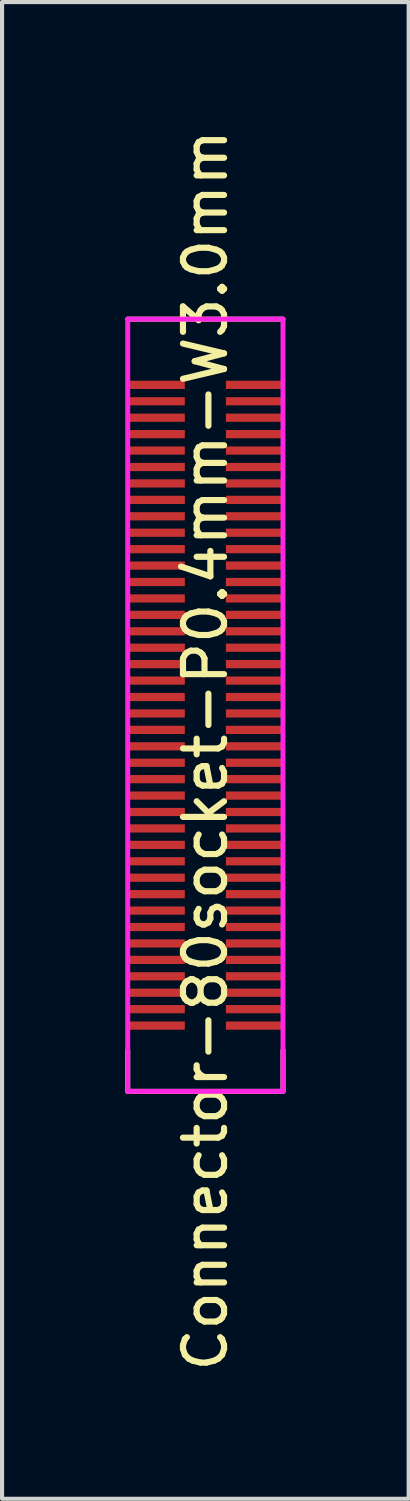
<source format=kicad_pcb>
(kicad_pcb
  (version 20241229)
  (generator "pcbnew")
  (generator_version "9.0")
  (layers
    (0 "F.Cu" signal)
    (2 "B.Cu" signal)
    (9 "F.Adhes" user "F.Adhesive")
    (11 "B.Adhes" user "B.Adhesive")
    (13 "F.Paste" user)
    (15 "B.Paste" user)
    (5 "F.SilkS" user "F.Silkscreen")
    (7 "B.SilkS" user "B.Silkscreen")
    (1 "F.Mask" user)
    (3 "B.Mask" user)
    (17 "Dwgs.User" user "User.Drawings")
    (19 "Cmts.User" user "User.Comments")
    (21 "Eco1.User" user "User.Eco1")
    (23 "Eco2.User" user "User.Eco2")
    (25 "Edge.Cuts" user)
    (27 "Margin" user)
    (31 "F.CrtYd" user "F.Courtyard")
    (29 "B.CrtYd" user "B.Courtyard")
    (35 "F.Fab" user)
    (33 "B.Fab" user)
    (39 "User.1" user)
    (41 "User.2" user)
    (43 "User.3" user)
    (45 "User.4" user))
  (footprint "Connector-80socket-P0.4mm-W3.0mm"
    (layer "F.Cu")
    (at 1.95 14.12)
    (property "Reference" "Connector-80socket-P0.4mm-W3.0mm" (at 0 1.1 270) (layer "F.SilkS") (effects (font (size 1 1) (thickness 0.15))))
    (attr smd)
    (fp_line (start -1.89 -9.4) (end 1.89 -9.4) (stroke (width 0.12) (type solid)) (layer "F.SilkS"))
    (fp_line (start -1.89 9.4) (end -1.89 8.4) (stroke (width 0.12) (type solid)) (layer "F.SilkS"))
    (fp_line (start -1.89 9.4) (end 1.89 9.4) (stroke (width 0.12) (type solid)) (layer "F.SilkS"))
    (fp_line (start 1.89 9.4) (end 1.89 8.4) (stroke (width 0.12) (type solid)) (layer "F.SilkS"))
    (fp_line (start -1.89 -9.4) (end 1.89 -9.4) (stroke (width 0.12) (type solid)) (layer "F.CrtYd"))
    (fp_line (start -1.89 9.4) (end -1.89 -9.4) (stroke (width 0.12) (type solid)) (layer "F.CrtYd"))
    (fp_line (start 1.89 -9.4) (end 1.89 9.4) (stroke (width 0.12) (type solid)) (layer "F.CrtYd"))
    (fp_line (start 1.89 9.4) (end -1.89 9.4) (stroke (width 0.12) (type solid)) (layer "F.CrtYd"))
    (pad "1" smd rect (at -1.195 -7.8 270) (size 0.2 1.39) (layers "F.Cu" "F.Mask" "F.Paste"))
    (pad "2" smd rect (at 1.195 -7.8 270) (size 0.2 1.39) (layers "F.Cu" "F.Mask" "F.Paste"))
    (pad "3" smd rect (at -1.195 -7.4 270) (size 0.2 1.39) (layers "F.Cu" "F.Mask" "F.Paste"))
    (pad "4" smd rect (at 1.195 -7.4 270) (size 0.2 1.39) (layers "F.Cu" "F.Mask" "F.Paste"))
    (pad "5" smd rect (at -1.195 -7 270) (size 0.2 1.39) (layers "F.Cu" "F.Mask" "F.Paste"))
    (pad "6" smd rect (at 1.195 -7 270) (size 0.2 1.39) (layers "F.Cu" "F.Mask" "F.Paste"))
    (pad "7" smd rect (at -1.195 -6.6 270) (size 0.2 1.39) (layers "F.Cu" "F.Mask" "F.Paste"))
    (pad "8" smd rect (at 1.195 -6.6 270) (size 0.2 1.39) (layers "F.Cu" "F.Mask" "F.Paste"))
    (pad "9" smd rect (at -1.195 -6.2 270) (size 0.2 1.39) (layers "F.Cu" "F.Mask" "F.Paste"))
    (pad "10" smd rect (at 1.195 -6.2 270) (size 0.2 1.39) (layers "F.Cu" "F.Mask" "F.Paste"))
    (pad "11" smd rect (at -1.195 -5.8 270) (size 0.2 1.39) (layers "F.Cu" "F.Mask" "F.Paste"))
    (pad "12" smd rect (at 1.195 -5.8 270) (size 0.2 1.39) (layers "F.Cu" "F.Mask" "F.Paste"))
    (pad "13" smd rect (at -1.195 -5.4 270) (size 0.2 1.39) (layers "F.Cu" "F.Mask" "F.Paste"))
    (pad "14" smd rect (at 1.195 -5.4 270) (size 0.2 1.39) (layers "F.Cu" "F.Mask" "F.Paste"))
    (pad "15" smd rect (at -1.195 -5 270) (size 0.2 1.39) (layers "F.Cu" "F.Mask" "F.Paste"))
    (pad "16" smd rect (at 1.195 -5 270) (size 0.2 1.39) (layers "F.Cu" "F.Mask" "F.Paste"))
    (pad "17" smd rect (at -1.195 -4.6 270) (size 0.2 1.39) (layers "F.Cu" "F.Mask" "F.Paste"))
    (pad "18" smd rect (at 1.195 -4.6 270) (size 0.2 1.39) (layers "F.Cu" "F.Mask" "F.Paste"))
    (pad "19" smd rect (at -1.195 -4.2 270) (size 0.2 1.39) (layers "F.Cu" "F.Mask" "F.Paste"))
    (pad "20" smd rect (at 1.195 -4.2 270) (size 0.2 1.39) (layers "F.Cu" "F.Mask" "F.Paste"))
    (pad "21" smd rect (at -1.195 -3.8 270) (size 0.2 1.39) (layers "F.Cu" "F.Mask" "F.Paste"))
    (pad "22" smd rect (at 1.195 -3.8 270) (size 0.2 1.39) (layers "F.Cu" "F.Mask" "F.Paste"))
    (pad "23" smd rect (at -1.195 -3.4 270) (size 0.2 1.39) (layers "F.Cu" "F.Mask" "F.Paste"))
    (pad "24" smd rect (at 1.195 -3.4 270) (size 0.2 1.39) (layers "F.Cu" "F.Mask" "F.Paste"))
    (pad "25" smd rect (at -1.195 -3 270) (size 0.2 1.39) (layers "F.Cu" "F.Mask" "F.Paste"))
    (pad "26" smd rect (at 1.195 -3 270) (size 0.2 1.39) (layers "F.Cu" "F.Mask" "F.Paste"))
    (pad "27" smd rect (at -1.195 -2.6 270) (size 0.2 1.39) (layers "F.Cu" "F.Mask" "F.Paste"))
    (pad "28" smd rect (at 1.195 -2.6 270) (size 0.2 1.39) (layers "F.Cu" "F.Mask" "F.Paste"))
    (pad "29" smd rect (at -1.195 -2.2 270) (size 0.2 1.39) (layers "F.Cu" "F.Mask" "F.Paste"))
    (pad "30" smd rect (at 1.195 -2.2 270) (size 0.2 1.39) (layers "F.Cu" "F.Mask" "F.Paste"))
    (pad "31" smd rect (at -1.195 -1.8 270) (size 0.2 1.39) (layers "F.Cu" "F.Mask" "F.Paste"))
    (pad "32" smd rect (at 1.195 -1.8 270) (size 0.2 1.39) (layers "F.Cu" "F.Mask" "F.Paste"))
    (pad "33" smd rect (at -1.195 -1.4 270) (size 0.2 1.39) (layers "F.Cu" "F.Mask" "F.Paste"))
    (pad "34" smd rect (at 1.195 -1.4 270) (size 0.2 1.39) (layers "F.Cu" "F.Mask" "F.Paste"))
    (pad "35" smd rect (at -1.195 -1 270) (size 0.2 1.39) (layers "F.Cu" "F.Mask" "F.Paste"))
    (pad "36" smd rect (at 1.195 -1 270) (size 0.2 1.39) (layers "F.Cu" "F.Mask" "F.Paste"))
    (pad "37" smd rect (at -1.195 -0.6 270) (size 0.2 1.39) (layers "F.Cu" "F.Mask" "F.Paste"))
    (pad "38" smd rect (at 1.195 -0.6 270) (size 0.2 1.39) (layers "F.Cu" "F.Mask" "F.Paste"))
    (pad "39" smd rect (at -1.195 -0.2 270) (size 0.2 1.39) (layers "F.Cu" "F.Mask" "F.Paste"))
    (pad "40" smd rect (at 1.195 -0.2 270) (size 0.2 1.39) (layers "F.Cu" "F.Mask" "F.Paste"))
    (pad "41" smd rect (at -1.195 0.2 270) (size 0.2 1.39) (layers "F.Cu" "F.Mask" "F.Paste"))
    (pad "42" smd rect (at 1.195 0.2 270) (size 0.2 1.39) (layers "F.Cu" "F.Mask" "F.Paste"))
    (pad "43" smd rect (at -1.195 0.6 270) (size 0.2 1.39) (layers "F.Cu" "F.Mask" "F.Paste"))
    (pad "44" smd rect (at 1.195 0.6 270) (size 0.2 1.39) (layers "F.Cu" "F.Mask" "F.Paste"))
    (pad "45" smd rect (at -1.195 1 270) (size 0.2 1.39) (layers "F.Cu" "F.Mask" "F.Paste"))
    (pad "46" smd rect (at 1.195 1 270) (size 0.2 1.39) (layers "F.Cu" "F.Mask" "F.Paste"))
    (pad "47" smd rect (at -1.195 1.4 270) (size 0.2 1.39) (layers "F.Cu" "F.Mask" "F.Paste"))
    (pad "48" smd rect (at 1.195 1.4 270) (size 0.2 1.39) (layers "F.Cu" "F.Mask" "F.Paste"))
    (pad "49" smd rect (at -1.195 1.8 270) (size 0.2 1.39) (layers "F.Cu" "F.Mask" "F.Paste"))
    (pad "50" smd rect (at 1.195 1.8 270) (size 0.2 1.39) (layers "F.Cu" "F.Mask" "F.Paste"))
    (pad "51" smd rect (at -1.195 2.2 270) (size 0.2 1.39) (layers "F.Cu" "F.Mask" "F.Paste"))
    (pad "52" smd rect (at 1.195 2.2 270) (size 0.2 1.39) (layers "F.Cu" "F.Mask" "F.Paste"))
    (pad "53" smd rect (at -1.195 2.6 270) (size 0.2 1.39) (layers "F.Cu" "F.Mask" "F.Paste"))
    (pad "54" smd rect (at 1.195 2.6 270) (size 0.2 1.39) (layers "F.Cu" "F.Mask" "F.Paste"))
    (pad "55" smd rect (at -1.195 3 270) (size 0.2 1.39) (layers "F.Cu" "F.Mask" "F.Paste"))
    (pad "56" smd rect (at 1.195 3 270) (size 0.2 1.39) (layers "F.Cu" "F.Mask" "F.Paste"))
    (pad "57" smd rect (at -1.195 3.4 270) (size 0.2 1.39) (layers "F.Cu" "F.Mask" "F.Paste"))
    (pad "58" smd rect (at 1.195 3.4 270) (size 0.2 1.39) (layers "F.Cu" "F.Mask" "F.Paste"))
    (pad "59" smd rect (at -1.195 3.8 270) (size 0.2 1.39) (layers "F.Cu" "F.Mask" "F.Paste"))
    (pad "60" smd rect (at 1.195 3.8 270) (size 0.2 1.39) (layers "F.Cu" "F.Mask" "F.Paste"))
    (pad "61" smd rect (at -1.195 4.2 270) (size 0.2 1.39) (layers "F.Cu" "F.Mask" "F.Paste"))
    (pad "62" smd rect (at 1.195 4.2 270) (size 0.2 1.39) (layers "F.Cu" "F.Mask" "F.Paste"))
    (pad "63" smd rect (at -1.195 4.6 270) (size 0.2 1.39) (layers "F.Cu" "F.Mask" "F.Paste"))
    (pad "64" smd rect (at 1.195 4.6 270) (size 0.2 1.39) (layers "F.Cu" "F.Mask" "F.Paste"))
    (pad "65" smd rect (at -1.195 5 270) (size 0.2 1.39) (layers "F.Cu" "F.Mask" "F.Paste"))
    (pad "66" smd rect (at 1.195 5 270) (size 0.2 1.39) (layers "F.Cu" "F.Mask" "F.Paste"))
    (pad "67" smd rect (at -1.195 5.4 270) (size 0.2 1.39) (layers "F.Cu" "F.Mask" "F.Paste"))
    (pad "68" smd rect (at 1.195 5.4 270) (size 0.2 1.39) (layers "F.Cu" "F.Mask" "F.Paste"))
    (pad "69" smd rect (at -1.195 5.8 270) (size 0.2 1.39) (layers "F.Cu" "F.Mask" "F.Paste"))
    (pad "70" smd rect (at 1.195 5.8 270) (size 0.2 1.39) (layers "F.Cu" "F.Mask" "F.Paste"))
    (pad "71" smd rect (at -1.195 6.2 270) (size 0.2 1.39) (layers "F.Cu" "F.Mask" "F.Paste"))
    (pad "72" smd rect (at 1.195 6.2 270) (size 0.2 1.39) (layers "F.Cu" "F.Mask" "F.Paste"))
    (pad "73" smd rect (at -1.195 6.6 270) (size 0.2 1.39) (layers "F.Cu" "F.Mask" "F.Paste"))
    (pad "74" smd rect (at 1.195 6.6 270) (size 0.2 1.39) (layers "F.Cu" "F.Mask" "F.Paste"))
    (pad "75" smd rect (at -1.195 7 270) (size 0.2 1.39) (layers "F.Cu" "F.Mask" "F.Paste"))
    (pad "76" smd rect (at 1.195 7 270) (size 0.2 1.39) (layers "F.Cu" "F.Mask" "F.Paste"))
    (pad "77" smd rect (at -1.195 7.4 270) (size 0.2 1.39) (layers "F.Cu" "F.Mask" "F.Paste"))
    (pad "78" smd rect (at 1.195 7.4 270) (size 0.2 1.39) (layers "F.Cu" "F.Mask" "F.Paste"))
    (pad "79" smd rect (at -1.195 7.8 270) (size 0.2 1.39) (layers "F.Cu" "F.Mask" "F.Paste"))
    (pad "80" smd rect (at 1.195 7.8 270) (size 0.2 1.39) (layers "F.Cu" "F.Mask" "F.Paste")))
  (gr_rect
    (start -3 -3)
    (end 6.9 33.44)
    (stroke (width 0.1) (type default))
    (fill no)
    (layer "Edge.Cuts")))
</source>
